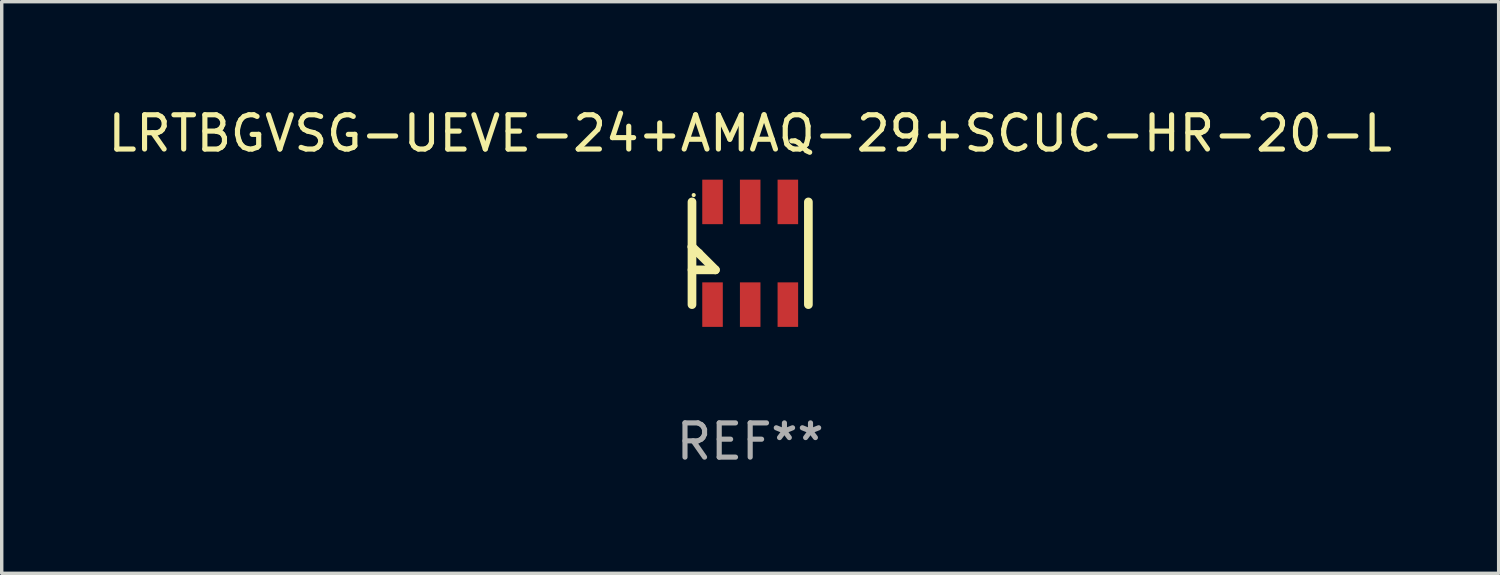
<source format=kicad_pcb>
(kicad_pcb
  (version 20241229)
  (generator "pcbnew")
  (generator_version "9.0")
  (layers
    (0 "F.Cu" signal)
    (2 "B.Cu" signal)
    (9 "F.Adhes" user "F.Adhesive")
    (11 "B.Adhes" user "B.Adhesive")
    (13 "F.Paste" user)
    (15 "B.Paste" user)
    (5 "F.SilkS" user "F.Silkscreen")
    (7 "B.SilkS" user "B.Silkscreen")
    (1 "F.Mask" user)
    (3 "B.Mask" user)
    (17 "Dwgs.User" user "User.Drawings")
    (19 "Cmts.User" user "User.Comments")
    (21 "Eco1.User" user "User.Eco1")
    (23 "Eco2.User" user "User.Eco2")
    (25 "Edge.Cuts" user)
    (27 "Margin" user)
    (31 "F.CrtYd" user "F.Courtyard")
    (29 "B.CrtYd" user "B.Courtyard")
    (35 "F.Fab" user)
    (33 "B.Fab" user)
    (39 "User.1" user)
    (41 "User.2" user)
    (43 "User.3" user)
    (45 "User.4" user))
  (footprint "LRTBGVSG-UEVE-24+AMAQ-29+SCUC-HR-20-L"
    (layer "F.Cu")
    (at 18.863 4.348)
    (property "Reference" "LRTBGVSG-UEVE-24+AMAQ-29+SCUC-HR-20-L" (at 0 -3.5 0) (layer "F.SilkS") (effects (font (size 1 1) (thickness 0.15))))
    (attr through_hole)
    (fp_line (start -1.7 -0.188) (end -1.699 -0.196) (stroke (width 0.254) (type solid)) (layer "F.SilkS"))
    (fp_line (start -1.7 1.5) (end -1.7 -1.5) (stroke (width 0.254) (type solid)) (layer "F.SilkS"))
    (fp_line (start -1.501 -0.000064) (end -1.7 -0.188) (stroke (width 0.254) (type solid)) (layer "F.SilkS"))
    (fp_line (start -1.501 -0.000064) (end -1.016 0.485) (stroke (width 0.254) (type solid)) (layer "F.SilkS"))
    (fp_line (start -1.016 0.485) (end -1.699 0.485) (stroke (width 0.254) (type solid)) (layer "F.SilkS"))
    (fp_line (start 1.7 -1.5) (end 1.7 1.5) (stroke (width 0.254) (type solid)) (layer "F.SilkS"))
    (fp_circle (center -1.65 -1.7) (end -1.62 -1.7) (stroke (width 0.06) (type solid)) (fill no) (layer "F.SilkS"))
    (fp_text user "REF**" (at 0 5.5 0) (layer "F.Fab") (effects (font (size 1 1) (thickness 0.15))))
    (pad "A1" smd rect (at -1.1 -1.5) (size 0.6 1.3) (layers "F.Cu" "F.Mask" "F.Paste"))
    (pad "A2" smd rect (at 0 -1.5) (size 0.6 1.3) (layers "F.Cu" "F.Mask" "F.Paste"))
    (pad "A3" smd rect (at 0 1.5) (size 0.6 1.3) (layers "F.Cu" "F.Mask" "F.Paste"))
    (pad "C1" smd rect (at -1.1 1.5) (size 0.6 1.3) (layers "F.Cu" "F.Mask" "F.Paste"))
    (pad "C2" smd rect (at 1.1 -1.5) (size 0.6 1.3) (layers "F.Cu" "F.Mask" "F.Paste"))
    (pad "C3" smd rect (at 1.1 1.5) (size 0.6 1.3) (layers "F.Cu" "F.Mask" "F.Paste")))
  (gr_rect
    (start -3 -3)
    (end 40.726 13.697)
    (stroke (width 0.1) (type default))
    (fill no)
    (layer "Edge.Cuts")))
</source>
